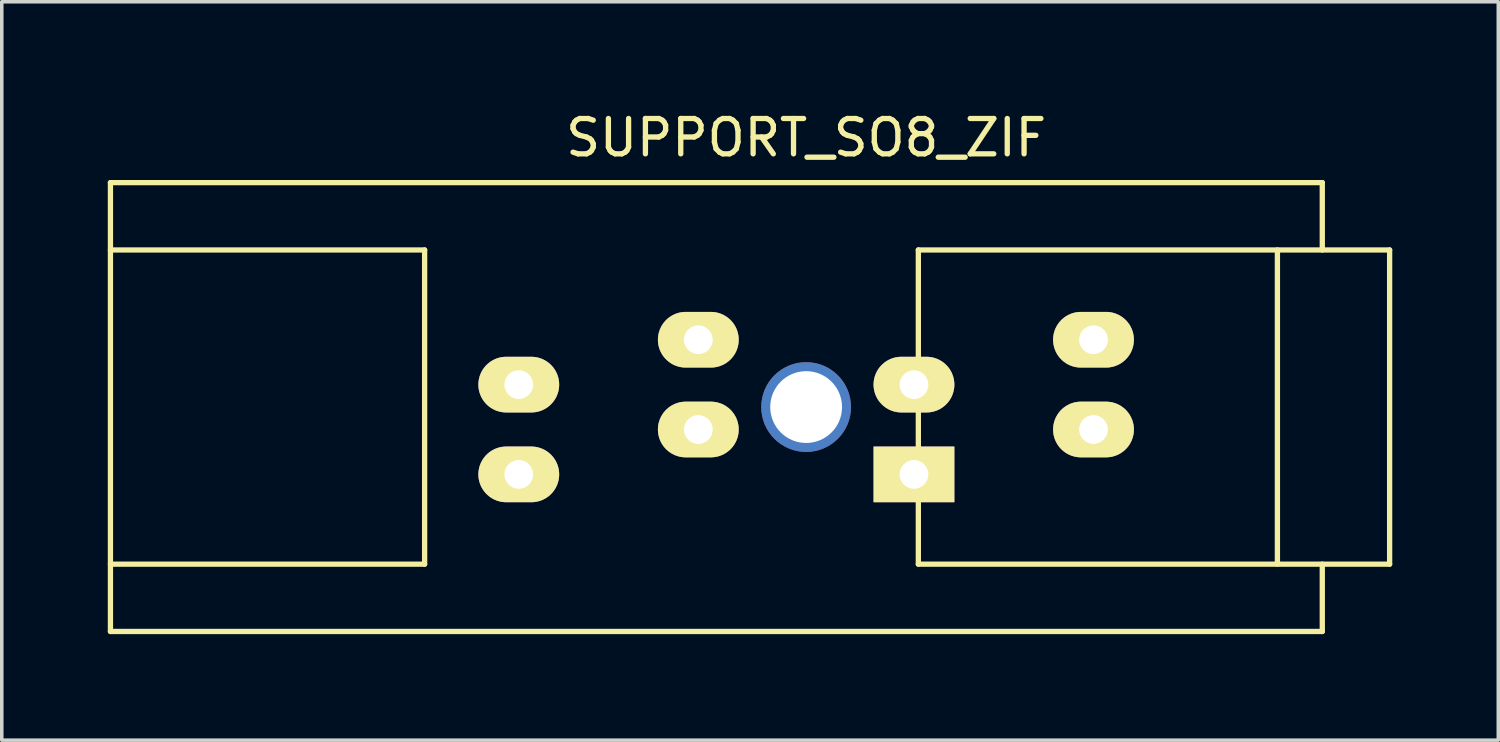
<source format=kicad_pcb>
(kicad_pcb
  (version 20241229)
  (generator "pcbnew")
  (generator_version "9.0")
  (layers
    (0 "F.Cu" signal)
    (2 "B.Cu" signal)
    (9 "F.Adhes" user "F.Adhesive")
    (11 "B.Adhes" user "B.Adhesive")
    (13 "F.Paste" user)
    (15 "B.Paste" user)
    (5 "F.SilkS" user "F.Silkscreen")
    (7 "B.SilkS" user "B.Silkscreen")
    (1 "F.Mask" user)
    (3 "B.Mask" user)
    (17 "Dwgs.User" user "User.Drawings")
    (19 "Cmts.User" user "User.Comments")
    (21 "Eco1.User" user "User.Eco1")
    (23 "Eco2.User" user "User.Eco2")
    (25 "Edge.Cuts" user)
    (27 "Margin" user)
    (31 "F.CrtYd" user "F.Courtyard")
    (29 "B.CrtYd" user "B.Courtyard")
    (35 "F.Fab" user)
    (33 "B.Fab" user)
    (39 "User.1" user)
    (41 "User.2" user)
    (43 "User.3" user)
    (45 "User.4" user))
  (footprint "SUPPORT_SO8_ZIF"
    (layer "F.Cu")
    (at 19.76 8.468)
    (property "Reference" "SUPPORT_SO8_ZIF" (at 0 -7.62 0) (layer "F.SilkS") (effects (font (size 1 1) (thickness 0.15))))
    (attr through_hole)
    (fp_line (start -19.685 -6.35) (end -19.685 6.35) (stroke (width 0.15) (type solid)) (layer "F.SilkS"))
    (fp_line (start -19.685 -6.35) (end 14.605 -6.35) (stroke (width 0.15) (type solid)) (layer "F.SilkS"))
    (fp_line (start -19.685 4.445) (end -10.795 4.445) (stroke (width 0.15) (type solid)) (layer "F.SilkS"))
    (fp_line (start -10.795 -4.445) (end -19.685 -4.445) (stroke (width 0.15) (type solid)) (layer "F.SilkS"))
    (fp_line (start -10.795 4.445) (end -10.795 -4.445) (stroke (width 0.15) (type solid)) (layer "F.SilkS"))
    (fp_line (start 3.175 -4.445) (end 3.175 4.445) (stroke (width 0.15) (type solid)) (layer "F.SilkS"))
    (fp_line (start 3.175 4.445) (end 16.51 4.445) (stroke (width 0.15) (type solid)) (layer "F.SilkS"))
    (fp_line (start 13.335 4.445) (end 13.335 -4.445) (stroke (width 0.15) (type solid)) (layer "F.SilkS"))
    (fp_line (start 14.605 -6.35) (end 14.605 -4.445) (stroke (width 0.15) (type solid)) (layer "F.SilkS"))
    (fp_line (start 14.605 6.35) (end -19.685 6.35) (stroke (width 0.15) (type solid)) (layer "F.SilkS"))
    (fp_line (start 14.605 6.35) (end 14.605 4.445) (stroke (width 0.15) (type solid)) (layer "F.SilkS"))
    (fp_line (start 16.51 -4.445) (end 3.175 -4.445) (stroke (width 0.15) (type solid)) (layer "F.SilkS"))
    (fp_line (start 16.51 4.445) (end 16.51 -4.445) (stroke (width 0.15) (type solid)) (layer "F.SilkS"))
    (pad "" thru_hole circle (at 0 0) (size 2.54 2.54) (drill 2.032) (layers "*.Cu"))
    (pad "1" thru_hole oval (at -3.051 -1.905) (size 2.286 1.575) (drill 0.813) (layers "*.Cu" "*.Mask" "F.SilkS"))
    (pad "2" thru_hole oval (at -8.131 -0.635) (size 2.286 1.575) (drill 0.813) (layers "*.Cu" "*.Mask" "F.SilkS"))
    (pad "3" thru_hole oval (at -3.051 0.635) (size 2.286 1.575) (drill 0.813) (layers "*.Cu" "*.Mask" "F.SilkS"))
    (pad "4" thru_hole oval (at -8.131 1.905) (size 2.286 1.575) (drill 0.813) (layers "*.Cu" "*.Mask" "F.SilkS"))
    (pad "5" thru_hole rect (at 3.051 1.905) (size 2.286 1.575) (drill 0.813) (layers "*.Cu" "*.Mask" "F.SilkS"))
    (pad "6" thru_hole oval (at 8.131 0.635) (size 2.286 1.575) (drill 0.813) (layers "*.Cu" "*.Mask" "F.SilkS"))
    (pad "7" thru_hole oval (at 3.051 -0.635) (size 2.286 1.575) (drill 0.813) (layers "*.Cu" "*.Mask" "F.SilkS"))
    (pad "8" thru_hole oval (at 8.131 -1.905) (size 2.286 1.575) (drill 0.813) (layers "*.Cu" "*.Mask" "F.SilkS")))
  (gr_rect
    (start -3 -3)
    (end 39.345 17.893)
    (stroke (width 0.1) (type default))
    (fill no)
    (layer "Edge.Cuts")))
</source>
